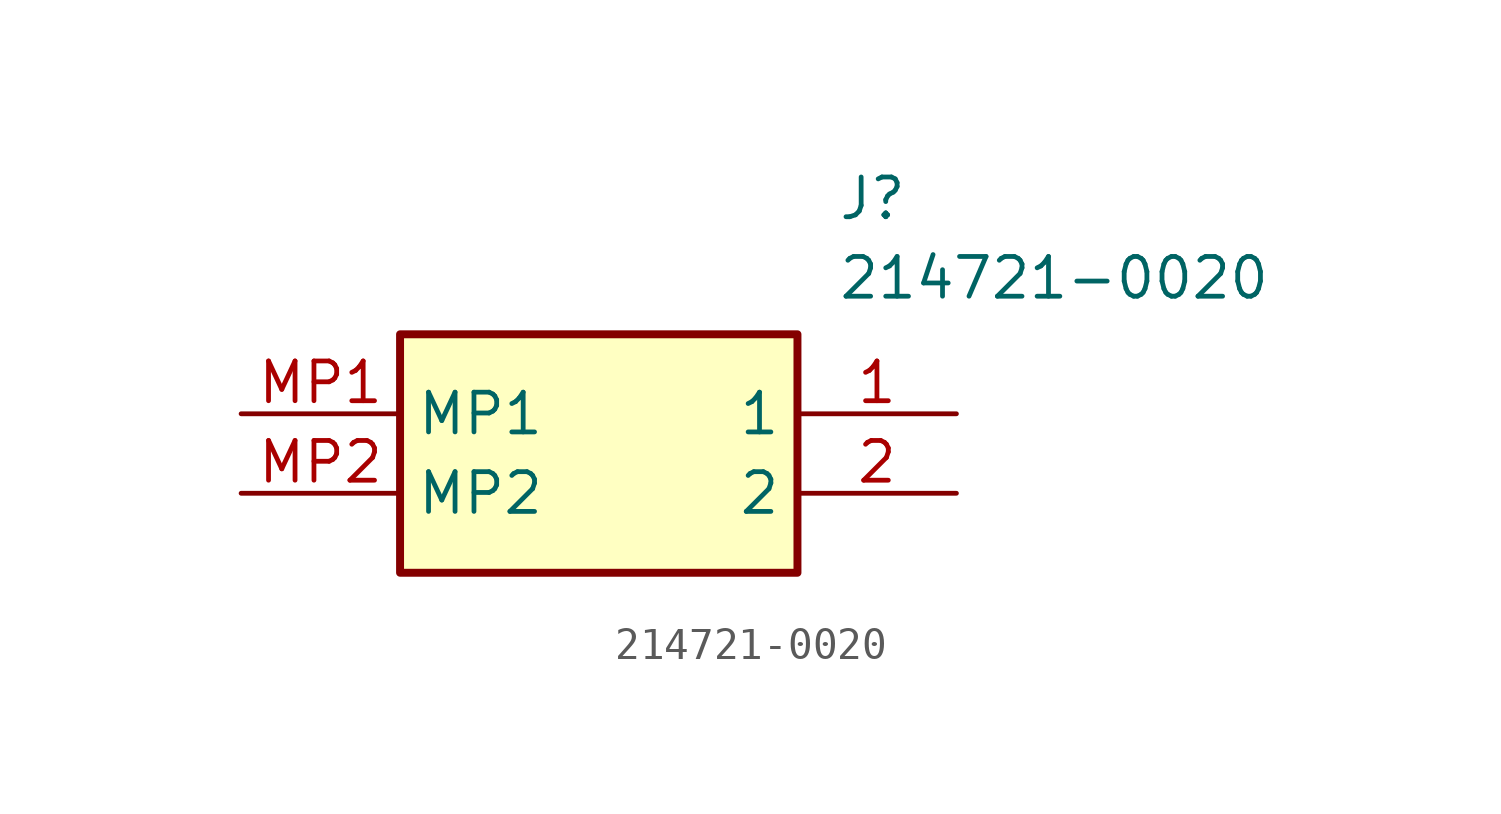
<source format=kicad_sym>
(kicad_symbol_lib
  (version 20211014)
  (generator SamacSys_ECAD_Model)
  (symbol "214721-0020"
    (property "Reference" "J"
      (at 19.05 7.62 0)
      (effects (font (size 1.27 1.27)) (justify left top)))
    (property "Value" "214721-0020"
      (at 19.05 5.08 0)
      (effects (font (size 1.27 1.27)) (justify left top)))
    (rectangle
      (start 5.08 2.54)
      (end 17.78 -5.08)
      (stroke (width 0.254) (type default))
      (fill (type background)))
    (pin passive line
      (at 22.86 0 180)
      (length 5.08)
      (name "1" (effects (font (size 1.27 1.27))))
      (number "1" (effects (font (size 1.27 1.27)))))
    (pin passive line
      (at 22.86 -2.54 180)
      (length 5.08)
      (name "2" (effects (font (size 1.27 1.27))))
      (number "2" (effects (font (size 1.27 1.27)))))
    (pin passive line
      (at 0 0 0)
      (length 5.08)
      (name "MP1" (effects (font (size 1.27 1.27))))
      (number "MP1" (effects (font (size 1.27 1.27)))))
    (pin passive line
      (at 0 -2.54 0)
      (length 5.08)
      (name "MP2" (effects (font (size 1.27 1.27))))
      (number "MP2" (effects (font (size 1.27 1.27)))))))
</source>
